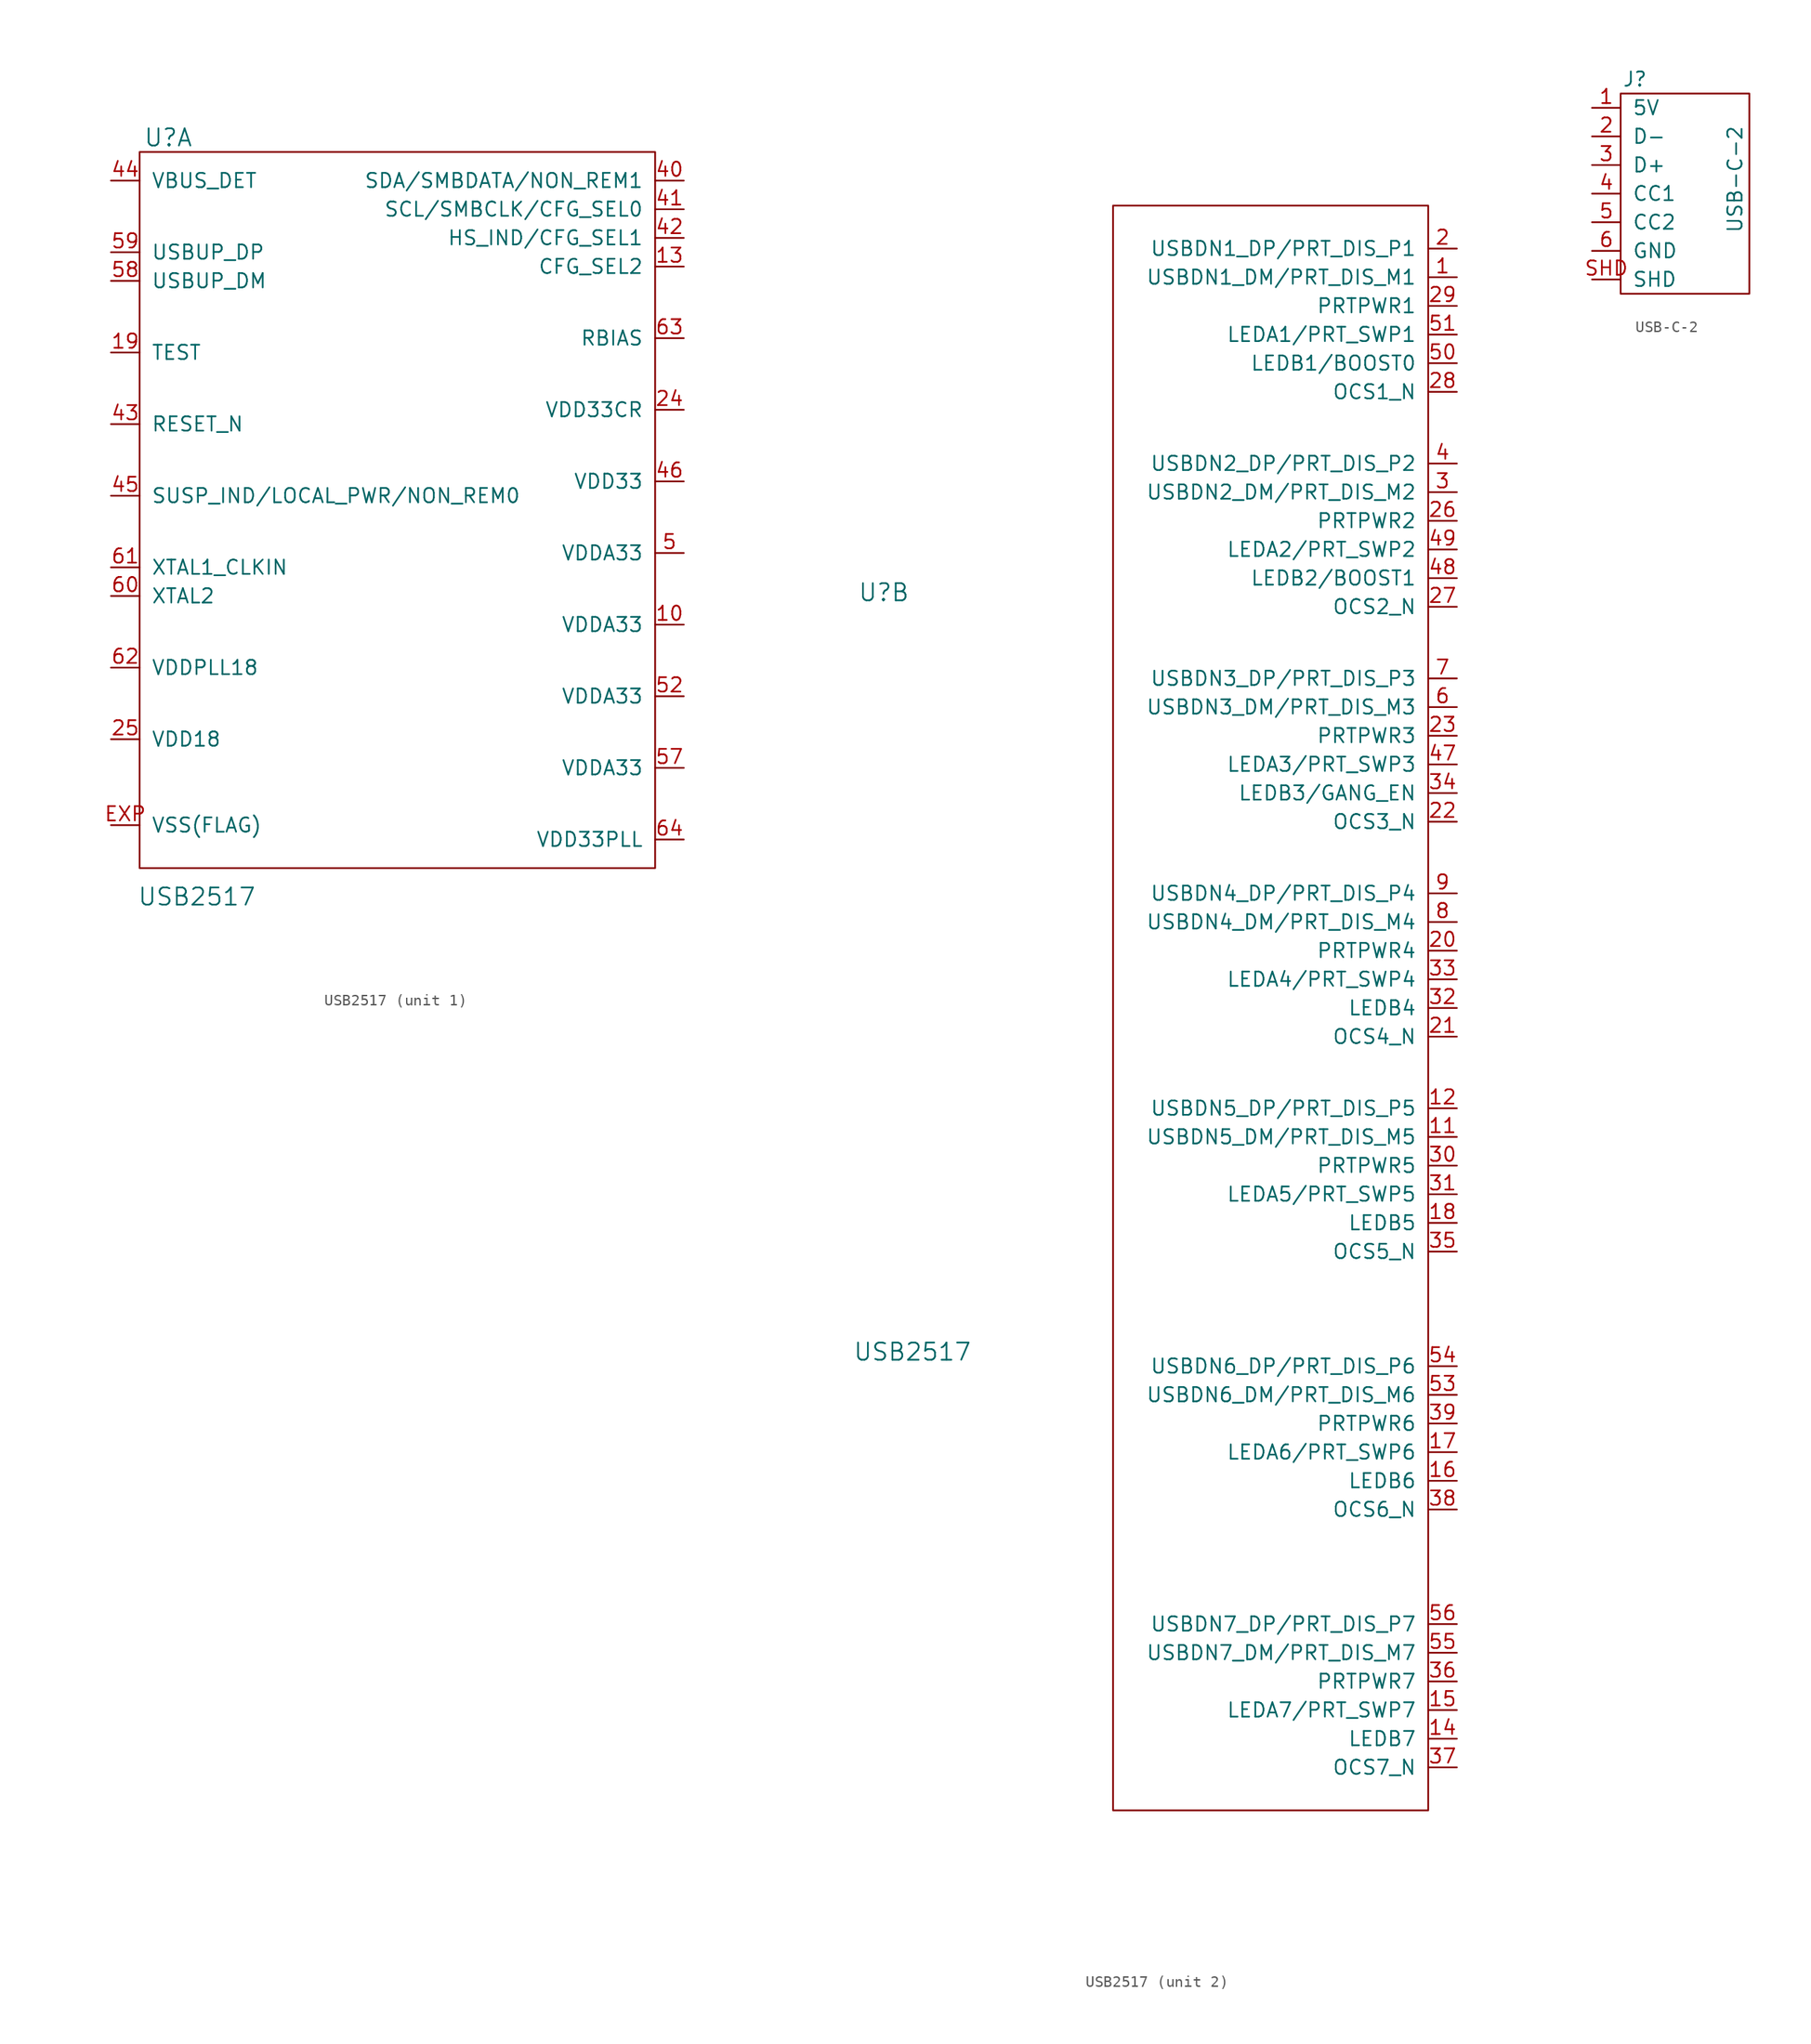
<source format=kicad_sym>
(kicad_symbol_lib
  (version 20211014)
  (generator kicad_symbol_editor)
  (symbol "USB2517"
    (pin_names
      (offset 1.016))
    (property "Reference" "U"
      (at -20.32 33.02 0)
      (effects (font (size 1.524 1.524))))
    (property "Value" "USB2517"
      (at -17.78 -34.29 0)
      (effects (font (size 1.524 1.524))))
    (symbol "USB2517_1_1"
      (rectangle (start -22.86 31.75) (end 22.86 -31.75) (stroke (width 0) (type default) (color 0 0 0 0)) (fill (type none)))
      (pin passive line (at 25.4 -10.16 180) (length 2.54) (name "VDDA33" (effects (font (size 1.27 1.27)))) (number "10" (effects (font (size 1.27 1.27)))))
      (pin passive line (at 25.4 21.59 180) (length 2.54) (name "CFG_SEL2" (effects (font (size 1.27 1.27)))) (number "13" (effects (font (size 1.27 1.27)))))
      (pin passive line (at -25.4 13.97 0) (length 2.54) (name "TEST" (effects (font (size 1.27 1.27)))) (number "19" (effects (font (size 1.27 1.27)))))
      (pin passive line (at 25.4 8.89 180) (length 2.54) (name "VDD33CR" (effects (font (size 1.27 1.27)))) (number "24" (effects (font (size 1.27 1.27)))))
      (pin passive line (at -25.4 -20.32 0) (length 2.54) (name "VDD18" (effects (font (size 1.27 1.27)))) (number "25" (effects (font (size 1.27 1.27)))))
      (pin passive line (at 25.4 29.21 180) (length 2.54) (name "SDA/SMBDATA/NON_REM1" (effects (font (size 1.27 1.27)))) (number "40" (effects (font (size 1.27 1.27)))))
      (pin passive line (at 25.4 26.67 180) (length 2.54) (name "SCL/SMBCLK/CFG_SEL0" (effects (font (size 1.27 1.27)))) (number "41" (effects (font (size 1.27 1.27)))))
      (pin passive line (at 25.4 24.13 180) (length 2.54) (name "HS_IND/CFG_SEL1" (effects (font (size 1.27 1.27)))) (number "42" (effects (font (size 1.27 1.27)))))
      (pin passive line (at -25.4 7.62 0) (length 2.54) (name "RESET_N" (effects (font (size 1.27 1.27)))) (number "43" (effects (font (size 1.27 1.27)))))
      (pin passive line (at -25.4 29.21 0) (length 2.54) (name "VBUS_DET" (effects (font (size 1.27 1.27)))) (number "44" (effects (font (size 1.27 1.27)))))
      (pin passive line (at -25.4 1.27 0) (length 2.54) (name "SUSP_IND/LOCAL_PWR/NON_REM0" (effects (font (size 1.27 1.27)))) (number "45" (effects (font (size 1.27 1.27)))))
      (pin passive line (at 25.4 2.54 180) (length 2.54) (name "VDD33" (effects (font (size 1.27 1.27)))) (number "46" (effects (font (size 1.27 1.27)))))
      (pin passive line (at 25.4 -3.81 180) (length 2.54) (name "VDDA33" (effects (font (size 1.27 1.27)))) (number "5" (effects (font (size 1.27 1.27)))))
      (pin passive line (at 25.4 -16.51 180) (length 2.54) (name "VDDA33" (effects (font (size 1.27 1.27)))) (number "52" (effects (font (size 1.27 1.27)))))
      (pin passive line (at 25.4 -22.86 180) (length 2.54) (name "VDDA33" (effects (font (size 1.27 1.27)))) (number "57" (effects (font (size 1.27 1.27)))))
      (pin passive line (at -25.4 20.32 0) (length 2.54) (name "USBUP_DM" (effects (font (size 1.27 1.27)))) (number "58" (effects (font (size 1.27 1.27)))))
      (pin passive line (at -25.4 22.86 0) (length 2.54) (name "USBUP_DP" (effects (font (size 1.27 1.27)))) (number "59" (effects (font (size 1.27 1.27)))))
      (pin passive line (at -25.4 -7.62 0) (length 2.54) (name "XTAL2" (effects (font (size 1.27 1.27)))) (number "60" (effects (font (size 1.27 1.27)))))
      (pin passive line (at -25.4 -5.08 0) (length 2.54) (name "XTAL1_CLKIN" (effects (font (size 1.27 1.27)))) (number "61" (effects (font (size 1.27 1.27)))))
      (pin passive line (at -25.4 -13.97 0) (length 2.54) (name "VDDPLL18" (effects (font (size 1.27 1.27)))) (number "62" (effects (font (size 1.27 1.27)))))
      (pin passive line (at 25.4 15.24 180) (length 2.54) (name "RBIAS" (effects (font (size 1.27 1.27)))) (number "63" (effects (font (size 1.27 1.27)))))
      (pin passive line (at 25.4 -29.21 180) (length 2.54) (name "VDD33PLL" (effects (font (size 1.27 1.27)))) (number "64" (effects (font (size 1.27 1.27)))))
      (pin passive line (at -25.4 -27.94 0) (length 2.54) (name "VSS(FLAG)" (effects (font (size 1.27 1.27)))) (number "EXP" (effects (font (size 1.27 1.27))))))
    (symbol "USB2517_2_1"
      (rectangle (start 0 67.31) (end 27.94 -74.93) (stroke (width 0) (type default) (color 0 0 0 0)) (fill (type none)))
      (pin passive line (at 30.48 60.96 180) (length 2.54) (name "USBDN1_DM/PRT_DIS_M1" (effects (font (size 1.27 1.27)))) (number "1" (effects (font (size 1.27 1.27)))))
      (pin passive line (at 30.48 -15.24 180) (length 2.54) (name "USBDN5_DM/PRT_DIS_M5" (effects (font (size 1.27 1.27)))) (number "11" (effects (font (size 1.27 1.27)))))
      (pin passive line (at 30.48 -12.7 180) (length 2.54) (name "USBDN5_DP/PRT_DIS_P5" (effects (font (size 1.27 1.27)))) (number "12" (effects (font (size 1.27 1.27)))))
      (pin passive line (at 30.48 -68.58 180) (length 2.54) (name "LEDB7" (effects (font (size 1.27 1.27)))) (number "14" (effects (font (size 1.27 1.27)))))
      (pin passive line (at 30.48 -66.04 180) (length 2.54) (name "LEDA7/PRT_SWP7" (effects (font (size 1.27 1.27)))) (number "15" (effects (font (size 1.27 1.27)))))
      (pin passive line (at 30.48 -45.72 180) (length 2.54) (name "LEDB6" (effects (font (size 1.27 1.27)))) (number "16" (effects (font (size 1.27 1.27)))))
      (pin passive line (at 30.48 -43.18 180) (length 2.54) (name "LEDA6/PRT_SWP6" (effects (font (size 1.27 1.27)))) (number "17" (effects (font (size 1.27 1.27)))))
      (pin passive line (at 30.48 -22.86 180) (length 2.54) (name "LEDB5" (effects (font (size 1.27 1.27)))) (number "18" (effects (font (size 1.27 1.27)))))
      (pin passive line (at 30.48 63.5 180) (length 2.54) (name "USBDN1_DP/PRT_DIS_P1" (effects (font (size 1.27 1.27)))) (number "2" (effects (font (size 1.27 1.27)))))
      (pin passive line (at 30.48 1.27 180) (length 2.54) (name "PRTPWR4" (effects (font (size 1.27 1.27)))) (number "20" (effects (font (size 1.27 1.27)))))
      (pin passive line (at 30.48 -6.35 180) (length 2.54) (name "OCS4_N" (effects (font (size 1.27 1.27)))) (number "21" (effects (font (size 1.27 1.27)))))
      (pin passive line (at 30.48 12.7 180) (length 2.54) (name "OCS3_N" (effects (font (size 1.27 1.27)))) (number "22" (effects (font (size 1.27 1.27)))))
      (pin passive line (at 30.48 20.32 180) (length 2.54) (name "PRTPWR3" (effects (font (size 1.27 1.27)))) (number "23" (effects (font (size 1.27 1.27)))))
      (pin passive line (at 30.48 39.37 180) (length 2.54) (name "PRTPWR2" (effects (font (size 1.27 1.27)))) (number "26" (effects (font (size 1.27 1.27)))))
      (pin passive line (at 30.48 31.75 180) (length 2.54) (name "OCS2_N" (effects (font (size 1.27 1.27)))) (number "27" (effects (font (size 1.27 1.27)))))
      (pin passive line (at 30.48 50.8 180) (length 2.54) (name "OCS1_N" (effects (font (size 1.27 1.27)))) (number "28" (effects (font (size 1.27 1.27)))))
      (pin passive line (at 30.48 58.42 180) (length 2.54) (name "PRTPWR1" (effects (font (size 1.27 1.27)))) (number "29" (effects (font (size 1.27 1.27)))))
      (pin passive line (at 30.48 41.91 180) (length 2.54) (name "USBDN2_DM/PRT_DIS_M2" (effects (font (size 1.27 1.27)))) (number "3" (effects (font (size 1.27 1.27)))))
      (pin passive line (at 30.48 -17.78 180) (length 2.54) (name "PRTPWR5" (effects (font (size 1.27 1.27)))) (number "30" (effects (font (size 1.27 1.27)))))
      (pin passive line (at 30.48 -20.32 180) (length 2.54) (name "LEDA5/PRT_SWP5" (effects (font (size 1.27 1.27)))) (number "31" (effects (font (size 1.27 1.27)))))
      (pin passive line (at 30.48 -3.81 180) (length 2.54) (name "LEDB4" (effects (font (size 1.27 1.27)))) (number "32" (effects (font (size 1.27 1.27)))))
      (pin passive line (at 30.48 -1.27 180) (length 2.54) (name "LEDA4/PRT_SWP4" (effects (font (size 1.27 1.27)))) (number "33" (effects (font (size 1.27 1.27)))))
      (pin passive line (at 30.48 15.24 180) (length 2.54) (name "LEDB3/GANG_EN" (effects (font (size 1.27 1.27)))) (number "34" (effects (font (size 1.27 1.27)))))
      (pin passive line (at 30.48 -25.4 180) (length 2.54) (name "OCS5_N" (effects (font (size 1.27 1.27)))) (number "35" (effects (font (size 1.27 1.27)))))
      (pin passive line (at 30.48 -63.5 180) (length 2.54) (name "PRTPWR7" (effects (font (size 1.27 1.27)))) (number "36" (effects (font (size 1.27 1.27)))))
      (pin passive line (at 30.48 -71.12 180) (length 2.54) (name "OCS7_N" (effects (font (size 1.27 1.27)))) (number "37" (effects (font (size 1.27 1.27)))))
      (pin passive line (at 30.48 -48.26 180) (length 2.54) (name "OCS6_N" (effects (font (size 1.27 1.27)))) (number "38" (effects (font (size 1.27 1.27)))))
      (pin passive line (at 30.48 -40.64 180) (length 2.54) (name "PRTPWR6" (effects (font (size 1.27 1.27)))) (number "39" (effects (font (size 1.27 1.27)))))
      (pin passive line (at 30.48 44.45 180) (length 2.54) (name "USBDN2_DP/PRT_DIS_P2" (effects (font (size 1.27 1.27)))) (number "4" (effects (font (size 1.27 1.27)))))
      (pin passive line (at 30.48 17.78 180) (length 2.54) (name "LEDA3/PRT_SWP3" (effects (font (size 1.27 1.27)))) (number "47" (effects (font (size 1.27 1.27)))))
      (pin passive line (at 30.48 34.29 180) (length 2.54) (name "LEDB2/BOOST1" (effects (font (size 1.27 1.27)))) (number "48" (effects (font (size 1.27 1.27)))))
      (pin passive line (at 30.48 36.83 180) (length 2.54) (name "LEDA2/PRT_SWP2" (effects (font (size 1.27 1.27)))) (number "49" (effects (font (size 1.27 1.27)))))
      (pin passive line (at 30.48 53.34 180) (length 2.54) (name "LEDB1/BOOST0" (effects (font (size 1.27 1.27)))) (number "50" (effects (font (size 1.27 1.27)))))
      (pin passive line (at 30.48 55.88 180) (length 2.54) (name "LEDA1/PRT_SWP1" (effects (font (size 1.27 1.27)))) (number "51" (effects (font (size 1.27 1.27)))))
      (pin passive line (at 30.48 -38.1 180) (length 2.54) (name "USBDN6_DM/PRT_DIS_M6" (effects (font (size 1.27 1.27)))) (number "53" (effects (font (size 1.27 1.27)))))
      (pin passive line (at 30.48 -35.56 180) (length 2.54) (name "USBDN6_DP/PRT_DIS_P6" (effects (font (size 1.27 1.27)))) (number "54" (effects (font (size 1.27 1.27)))))
      (pin passive line (at 30.48 -60.96 180) (length 2.54) (name "USBDN7_DM/PRT_DIS_M7" (effects (font (size 1.27 1.27)))) (number "55" (effects (font (size 1.27 1.27)))))
      (pin passive line (at 30.48 -58.42 180) (length 2.54) (name "USBDN7_DP/PRT_DIS_P7" (effects (font (size 1.27 1.27)))) (number "56" (effects (font (size 1.27 1.27)))))
      (pin passive line (at 30.48 22.86 180) (length 2.54) (name "USBDN3_DM/PRT_DIS_M3" (effects (font (size 1.27 1.27)))) (number "6" (effects (font (size 1.27 1.27)))))
      (pin passive line (at 30.48 25.4 180) (length 2.54) (name "USBDN3_DP/PRT_DIS_P3" (effects (font (size 1.27 1.27)))) (number "7" (effects (font (size 1.27 1.27)))))
      (pin passive line (at 30.48 3.81 180) (length 2.54) (name "USBDN4_DM/PRT_DIS_M4" (effects (font (size 1.27 1.27)))) (number "8" (effects (font (size 1.27 1.27)))))
      (pin passive line (at 30.48 6.35 180) (length 2.54) (name "USBDN4_DP/PRT_DIS_P4" (effects (font (size 1.27 1.27)))) (number "9" (effects (font (size 1.27 1.27)))))))
  (symbol "USB-C-2"
    (pin_names
      (offset 1.016))
    (property "Reference" "J"
      (at -3.81 8.89 0)
      (effects (font (size 1.27 1.27))))
    (property "Value" "USB-C-2"
      (at 5.08 0 90)
      (effects (font (size 1.27 1.27))))
    (symbol "USB-C-2_0_1"
      (rectangle (start -5.08 7.62) (end 6.35 -10.16) (stroke (width 0) (type default) (color 0 0 0 0)) (fill (type none))))
    (symbol "USB-C-2_1_1"
      (pin passive line (at -7.62 6.35 0) (length 2.54) (name "5V" (effects (font (size 1.27 1.27)))) (number "1" (effects (font (size 1.27 1.27)))))
      (pin passive line (at -7.62 3.81 0) (length 2.54) (name "D-" (effects (font (size 1.27 1.27)))) (number "2" (effects (font (size 1.27 1.27)))))
      (pin passive line (at -7.62 1.27 0) (length 2.54) (name "D+" (effects (font (size 1.27 1.27)))) (number "3" (effects (font (size 1.27 1.27)))))
      (pin passive line (at -7.62 -1.27 0) (length 2.54) (name "CC1" (effects (font (size 1.27 1.27)))) (number "4" (effects (font (size 1.27 1.27)))))
      (pin passive line (at -7.62 -3.81 0) (length 2.54) (name "CC2" (effects (font (size 1.27 1.27)))) (number "5" (effects (font (size 1.27 1.27)))))
      (pin passive line (at -7.62 -6.35 0) (length 2.54) (name "GND" (effects (font (size 1.27 1.27)))) (number "6" (effects (font (size 1.27 1.27)))))
      (pin input line (at -7.62 -8.89 0) (length 2.54) (name "SHD" (effects (font (size 1.27 1.27)))) (number "SHD" (effects (font (size 1.27 1.27))))))))
</source>
